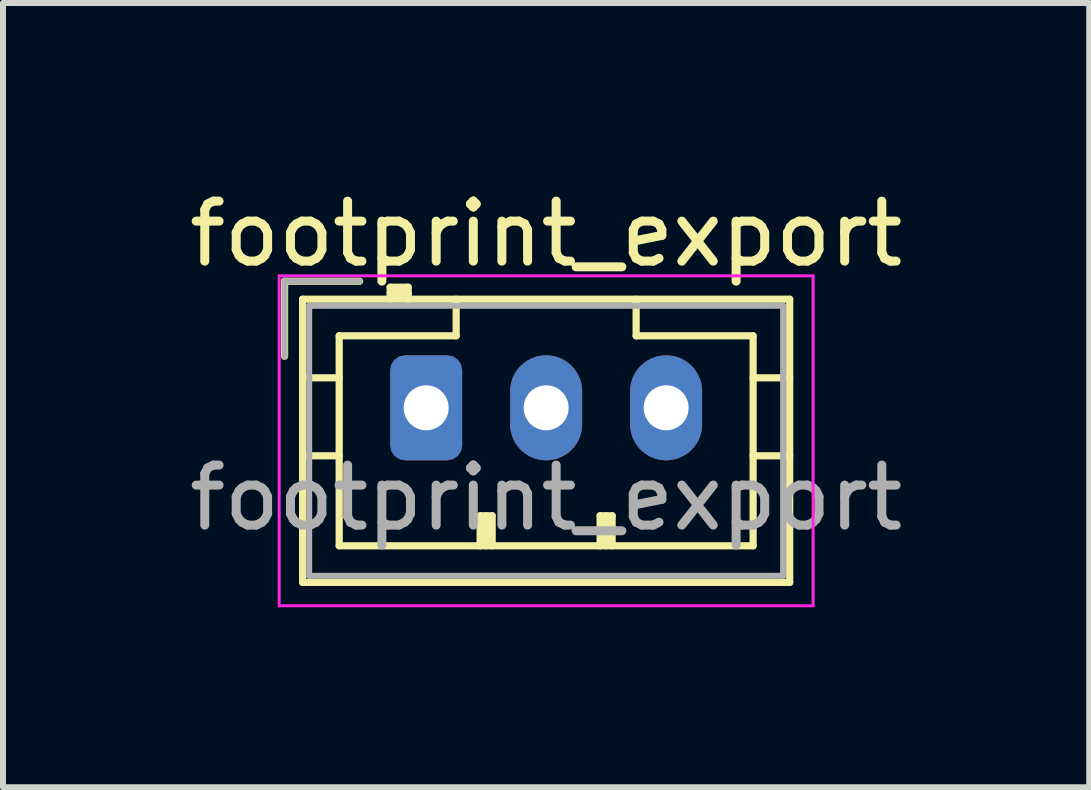
<source format=kicad_pcb>
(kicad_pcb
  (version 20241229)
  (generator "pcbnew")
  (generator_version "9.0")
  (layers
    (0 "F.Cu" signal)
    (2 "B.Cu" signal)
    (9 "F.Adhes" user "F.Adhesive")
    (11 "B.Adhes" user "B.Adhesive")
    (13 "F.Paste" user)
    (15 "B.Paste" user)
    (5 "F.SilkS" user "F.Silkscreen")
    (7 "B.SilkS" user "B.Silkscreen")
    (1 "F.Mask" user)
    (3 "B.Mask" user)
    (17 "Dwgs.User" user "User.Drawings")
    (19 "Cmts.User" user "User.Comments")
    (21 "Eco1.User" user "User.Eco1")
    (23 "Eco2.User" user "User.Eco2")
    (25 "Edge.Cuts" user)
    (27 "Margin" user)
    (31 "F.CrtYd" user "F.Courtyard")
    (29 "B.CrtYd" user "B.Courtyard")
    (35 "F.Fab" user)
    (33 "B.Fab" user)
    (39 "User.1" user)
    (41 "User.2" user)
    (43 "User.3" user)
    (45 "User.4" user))
  (footprint "footprint_export"
    (layer "F.Cu")
    (at 4.054 3.748)
    (property "Reference" "footprint_export" (at 2 -2.9 0) (layer "F.SilkS") (effects (font (size 1 1) (thickness 0.15))))
    (attr through_hole)
    (fp_line (start -2.36 -2.11) (end -2.36 -0.86) (stroke (width 0.12) (type solid)) (layer "F.SilkS"))
    (fp_line (start -2.06 -1.81) (end -2.06 2.91) (stroke (width 0.12) (type solid)) (layer "F.SilkS"))
    (fp_line (start -2.06 -0.5) (end -1.45 -0.5) (stroke (width 0.12) (type solid)) (layer "F.SilkS"))
    (fp_line (start -2.06 0.8) (end -1.45 0.8) (stroke (width 0.12) (type solid)) (layer "F.SilkS"))
    (fp_line (start -2.06 2.91) (end 6.06 2.91) (stroke (width 0.12) (type solid)) (layer "F.SilkS"))
    (fp_line (start -1.45 -1.2) (end -1.45 2.3) (stroke (width 0.12) (type solid)) (layer "F.SilkS"))
    (fp_line (start -1.45 2.3) (end 5.45 2.3) (stroke (width 0.12) (type solid)) (layer "F.SilkS"))
    (fp_line (start -1.11 -2.11) (end -2.36 -2.11) (stroke (width 0.12) (type solid)) (layer "F.SilkS"))
    (fp_line (start -0.6 -2.01) (end -0.6 -1.81) (stroke (width 0.12) (type solid)) (layer "F.SilkS"))
    (fp_line (start -0.3 -2.01) (end -0.6 -2.01) (stroke (width 0.12) (type solid)) (layer "F.SilkS"))
    (fp_line (start -0.3 -1.91) (end -0.6 -1.91) (stroke (width 0.12) (type solid)) (layer "F.SilkS"))
    (fp_line (start -0.3 -1.81) (end -0.3 -2.01) (stroke (width 0.12) (type solid)) (layer "F.SilkS"))
    (fp_line (start 0.5 -1.81) (end 0.5 -1.2) (stroke (width 0.12) (type solid)) (layer "F.SilkS"))
    (fp_line (start 0.5 -1.2) (end -1.45 -1.2) (stroke (width 0.12) (type solid)) (layer "F.SilkS"))
    (fp_line (start 0.9 1.8) (end 1.1 1.8) (stroke (width 0.12) (type solid)) (layer "F.SilkS"))
    (fp_line (start 0.9 2.3) (end 0.9 1.8) (stroke (width 0.12) (type solid)) (layer "F.SilkS"))
    (fp_line (start 1 2.3) (end 1 1.8) (stroke (width 0.12) (type solid)) (layer "F.SilkS"))
    (fp_line (start 1.1 1.8) (end 1.1 2.3) (stroke (width 0.12) (type solid)) (layer "F.SilkS"))
    (fp_line (start 2.9 1.8) (end 3.1 1.8) (stroke (width 0.12) (type solid)) (layer "F.SilkS"))
    (fp_line (start 2.9 2.3) (end 2.9 1.8) (stroke (width 0.12) (type solid)) (layer "F.SilkS"))
    (fp_line (start 3 2.3) (end 3 1.8) (stroke (width 0.12) (type solid)) (layer "F.SilkS"))
    (fp_line (start 3.1 1.8) (end 3.1 2.3) (stroke (width 0.12) (type solid)) (layer "F.SilkS"))
    (fp_line (start 3.5 -1.2) (end 3.5 -1.81) (stroke (width 0.12) (type solid)) (layer "F.SilkS"))
    (fp_line (start 5.45 -1.2) (end 3.5 -1.2) (stroke (width 0.12) (type solid)) (layer "F.SilkS"))
    (fp_line (start 5.45 2.3) (end 5.45 -1.2) (stroke (width 0.12) (type solid)) (layer "F.SilkS"))
    (fp_line (start 6.06 -1.81) (end -2.06 -1.81) (stroke (width 0.12) (type solid)) (layer "F.SilkS"))
    (fp_line (start 6.06 -0.5) (end 5.45 -0.5) (stroke (width 0.12) (type solid)) (layer "F.SilkS"))
    (fp_line (start 6.06 0.8) (end 5.45 0.8) (stroke (width 0.12) (type solid)) (layer "F.SilkS"))
    (fp_line (start 6.06 2.91) (end 6.06 -1.81) (stroke (width 0.12) (type solid)) (layer "F.SilkS"))
    (fp_line (start -2.45 -2.2) (end -2.45 3.3) (stroke (width 0.05) (type solid)) (layer "F.CrtYd"))
    (fp_line (start -2.45 3.3) (end 6.45 3.3) (stroke (width 0.05) (type solid)) (layer "F.CrtYd"))
    (fp_line (start 6.45 -2.2) (end -2.45 -2.2) (stroke (width 0.05) (type solid)) (layer "F.CrtYd"))
    (fp_line (start 6.45 3.3) (end 6.45 -2.2) (stroke (width 0.05) (type solid)) (layer "F.CrtYd"))
    (fp_line (start -2.36 -2.11) (end -2.36 -0.86) (stroke (width 0.1) (type solid)) (layer "F.Fab"))
    (fp_line (start -1.95 -1.7) (end -1.95 2.8) (stroke (width 0.1) (type solid)) (layer "F.Fab"))
    (fp_line (start -1.95 2.8) (end 5.95 2.8) (stroke (width 0.1) (type solid)) (layer "F.Fab"))
    (fp_line (start -1.11 -2.11) (end -2.36 -2.11) (stroke (width 0.1) (type solid)) (layer "F.Fab"))
    (fp_line (start 5.95 -1.7) (end -1.95 -1.7) (stroke (width 0.1) (type solid)) (layer "F.Fab"))
    (fp_line (start 5.95 2.8) (end 5.95 -1.7) (stroke (width 0.1) (type solid)) (layer "F.Fab"))
    (fp_text user "${REFERENCE}" (at 2 1.5 0) (layer "F.Fab") (effects (font (size 1 1) (thickness 0.15))))
    (pad "1" thru_hole roundrect (at 0 0) (size 1.2 1.75) (drill 0.75) (layers "*.Cu" "*.Mask") (roundrect_rratio 0.208))
    (pad "2" thru_hole oval (at 2 0) (size 1.2 1.75) (drill 0.75) (layers "*.Cu" "*.Mask"))
    (pad "3" thru_hole oval (at 4 0) (size 1.2 1.75) (drill 0.75) (layers "*.Cu" "*.Mask")))
  (gr_rect
    (start -3 -3)
    (end 15.107 10.073)
    (stroke (width 0.1) (type default))
    (fill no)
    (layer "Edge.Cuts")))
</source>
